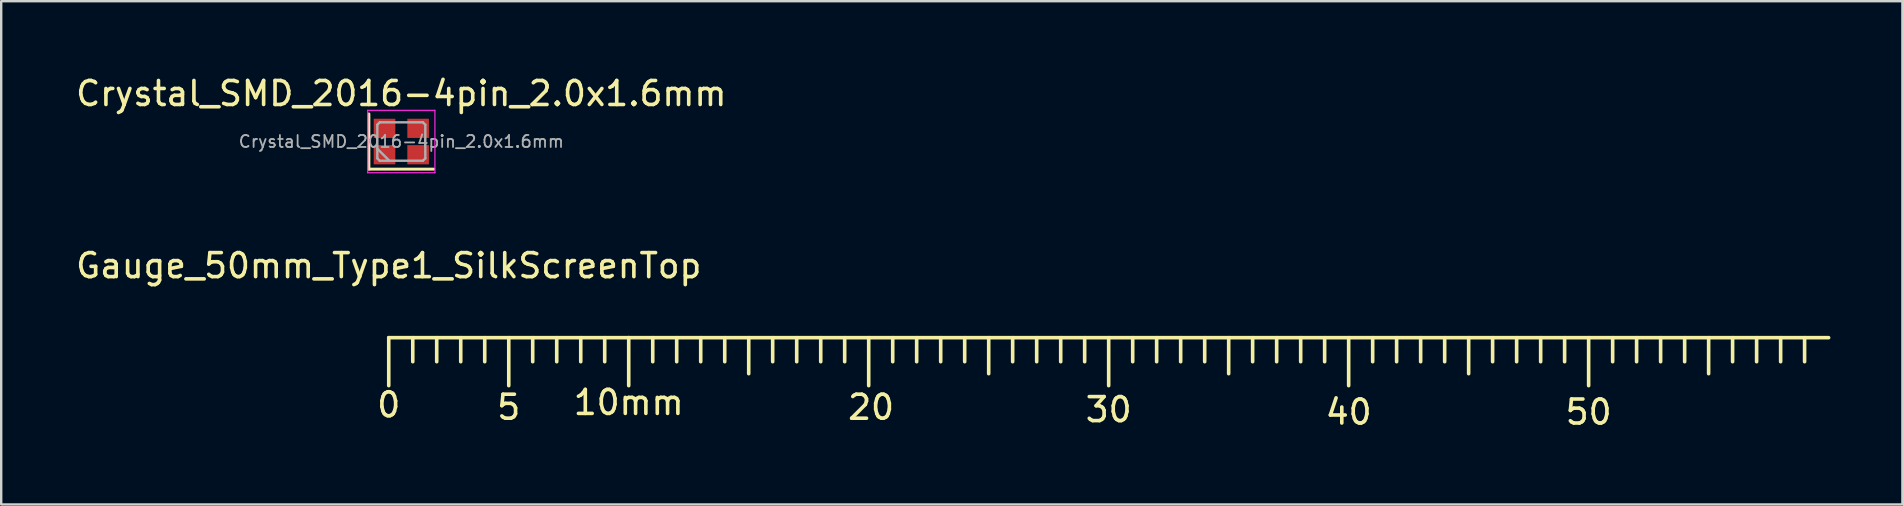
<source format=kicad_pcb>
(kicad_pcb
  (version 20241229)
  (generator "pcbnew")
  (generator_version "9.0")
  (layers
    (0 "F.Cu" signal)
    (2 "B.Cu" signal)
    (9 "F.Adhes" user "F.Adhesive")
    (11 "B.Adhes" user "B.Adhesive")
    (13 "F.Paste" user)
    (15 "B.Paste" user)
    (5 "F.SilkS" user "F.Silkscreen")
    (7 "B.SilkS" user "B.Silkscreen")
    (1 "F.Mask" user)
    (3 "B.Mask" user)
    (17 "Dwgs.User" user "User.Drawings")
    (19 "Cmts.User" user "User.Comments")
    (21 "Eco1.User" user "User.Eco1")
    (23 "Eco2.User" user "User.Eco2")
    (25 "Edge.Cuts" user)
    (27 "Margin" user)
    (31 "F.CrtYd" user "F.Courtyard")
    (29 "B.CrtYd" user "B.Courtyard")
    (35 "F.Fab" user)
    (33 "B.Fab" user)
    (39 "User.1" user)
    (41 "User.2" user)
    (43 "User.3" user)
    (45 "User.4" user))
  (footprint "Gauge_50mm_Type1_SilkScreenTop"
    (layer "F.Cu")
    (at 13.149 11.021)
    (property "Reference" "Gauge_50mm_Type1_SilkScreenTop" (at 0 -3 0) (layer "F.SilkS") (effects (font (size 1 1) (thickness 0.15))))
    (attr through_hole)
    (fp_line (start 0 0) (end 0 1.999) (stroke (width 0.15) (type solid)) (layer "F.SilkS"))
    (fp_line (start 0 0) (end 10 0) (stroke (width 0.15) (type solid)) (layer "F.SilkS"))
    (fp_line (start 1.001 0) (end 1.001 1.001) (stroke (width 0.15) (type solid)) (layer "F.SilkS"))
    (fp_line (start 1.999 0) (end 1.999 1.001) (stroke (width 0.15) (type solid)) (layer "F.SilkS"))
    (fp_line (start 3 0) (end 3 1.001) (stroke (width 0.15) (type solid)) (layer "F.SilkS"))
    (fp_line (start 4 0) (end 4 1.001) (stroke (width 0.15) (type solid)) (layer "F.SilkS"))
    (fp_line (start 5.001 0) (end 5.001 1.999) (stroke (width 0.15) (type solid)) (layer "F.SilkS"))
    (fp_line (start 5.999 0) (end 5.999 1.001) (stroke (width 0.15) (type solid)) (layer "F.SilkS"))
    (fp_line (start 7 0) (end 7 1.001) (stroke (width 0.15) (type solid)) (layer "F.SilkS"))
    (fp_line (start 8.001 0) (end 8.001 1.001) (stroke (width 0.15) (type solid)) (layer "F.SilkS"))
    (fp_line (start 8.999 0) (end 8.999 1.001) (stroke (width 0.15) (type solid)) (layer "F.SilkS"))
    (fp_line (start 10 0) (end 10 1.999) (stroke (width 0.15) (type solid)) (layer "F.SilkS"))
    (fp_line (start 10 0) (end 60 0) (stroke (width 0.15) (type solid)) (layer "F.SilkS"))
    (fp_line (start 11.001 0) (end 11.001 1.001) (stroke (width 0.15) (type solid)) (layer "F.SilkS"))
    (fp_line (start 11.999 0) (end 11.999 1.001) (stroke (width 0.15) (type solid)) (layer "F.SilkS"))
    (fp_line (start 13 0) (end 13 1.001) (stroke (width 0.15) (type solid)) (layer "F.SilkS"))
    (fp_line (start 14.001 0) (end 14.001 1.001) (stroke (width 0.15) (type solid)) (layer "F.SilkS"))
    (fp_line (start 15.001 0) (end 15 1.5) (stroke (width 0.15) (type solid)) (layer "F.SilkS"))
    (fp_line (start 15.999 0) (end 15.999 1.001) (stroke (width 0.15) (type solid)) (layer "F.SilkS"))
    (fp_line (start 17 0) (end 17 1.001) (stroke (width 0.15) (type solid)) (layer "F.SilkS"))
    (fp_line (start 18.001 0) (end 18.001 1.001) (stroke (width 0.15) (type solid)) (layer "F.SilkS"))
    (fp_line (start 18.999 0) (end 18.999 1.001) (stroke (width 0.15) (type solid)) (layer "F.SilkS"))
    (fp_line (start 20 0) (end 20 1.999) (stroke (width 0.15) (type solid)) (layer "F.SilkS"))
    (fp_line (start 21.001 0) (end 21.001 1.001) (stroke (width 0.15) (type solid)) (layer "F.SilkS"))
    (fp_line (start 21.999 0) (end 21.999 1.001) (stroke (width 0.15) (type solid)) (layer "F.SilkS"))
    (fp_line (start 23 0) (end 23 1.001) (stroke (width 0.15) (type solid)) (layer "F.SilkS"))
    (fp_line (start 24 0) (end 24 1.001) (stroke (width 0.15) (type solid)) (layer "F.SilkS"))
    (fp_line (start 25.001 0) (end 25 1.5) (stroke (width 0.15) (type solid)) (layer "F.SilkS"))
    (fp_line (start 25.999 0) (end 25.999 1.001) (stroke (width 0.15) (type solid)) (layer "F.SilkS"))
    (fp_line (start 27 0) (end 27 1.001) (stroke (width 0.15) (type solid)) (layer "F.SilkS"))
    (fp_line (start 28.001 0) (end 28.001 1.001) (stroke (width 0.15) (type solid)) (layer "F.SilkS"))
    (fp_line (start 28.999 0) (end 28.999 1.001) (stroke (width 0.15) (type solid)) (layer "F.SilkS"))
    (fp_line (start 30 0) (end 30 1.999) (stroke (width 0.15) (type solid)) (layer "F.SilkS"))
    (fp_line (start 31.001 0) (end 31.001 1.001) (stroke (width 0.15) (type solid)) (layer "F.SilkS"))
    (fp_line (start 31.999 0) (end 31.999 1.001) (stroke (width 0.15) (type solid)) (layer "F.SilkS"))
    (fp_line (start 33 0) (end 33 1.001) (stroke (width 0.15) (type solid)) (layer "F.SilkS"))
    (fp_line (start 34.001 0) (end 34.001 1.001) (stroke (width 0.15) (type solid)) (layer "F.SilkS"))
    (fp_line (start 35.001 0) (end 35 1.5) (stroke (width 0.15) (type solid)) (layer "F.SilkS"))
    (fp_line (start 35.999 0) (end 35.999 1.001) (stroke (width 0.15) (type solid)) (layer "F.SilkS"))
    (fp_line (start 37 0) (end 37 1.001) (stroke (width 0.15) (type solid)) (layer "F.SilkS"))
    (fp_line (start 38.001 0) (end 38.001 1.001) (stroke (width 0.15) (type solid)) (layer "F.SilkS"))
    (fp_line (start 38.999 0) (end 38.999 1.001) (stroke (width 0.15) (type solid)) (layer "F.SilkS"))
    (fp_line (start 40 0) (end 40 1.999) (stroke (width 0.15) (type solid)) (layer "F.SilkS"))
    (fp_line (start 41.001 0) (end 41.001 1.001) (stroke (width 0.15) (type solid)) (layer "F.SilkS"))
    (fp_line (start 41.999 0) (end 41.999 1.001) (stroke (width 0.15) (type solid)) (layer "F.SilkS"))
    (fp_line (start 43 0) (end 43 1.001) (stroke (width 0.15) (type solid)) (layer "F.SilkS"))
    (fp_line (start 44.001 0) (end 44.001 1.001) (stroke (width 0.15) (type solid)) (layer "F.SilkS"))
    (fp_line (start 45.001 0) (end 45 1.5) (stroke (width 0.15) (type solid)) (layer "F.SilkS"))
    (fp_line (start 45.999 0) (end 45.999 1.001) (stroke (width 0.15) (type solid)) (layer "F.SilkS"))
    (fp_line (start 47 0) (end 47 1.001) (stroke (width 0.15) (type solid)) (layer "F.SilkS"))
    (fp_line (start 48.001 0) (end 48.001 1.001) (stroke (width 0.15) (type solid)) (layer "F.SilkS"))
    (fp_line (start 48.999 0) (end 48.999 1.001) (stroke (width 0.15) (type solid)) (layer "F.SilkS"))
    (fp_line (start 50 0) (end 50 1.999) (stroke (width 0.15) (type solid)) (layer "F.SilkS"))
    (fp_line (start 51.001 0) (end 51.001 1.001) (stroke (width 0.15) (type solid)) (layer "F.SilkS"))
    (fp_line (start 51.999 0) (end 51.999 1.001) (stroke (width 0.15) (type solid)) (layer "F.SilkS"))
    (fp_line (start 53 0) (end 53 1.001) (stroke (width 0.15) (type solid)) (layer "F.SilkS"))
    (fp_line (start 54.001 0) (end 54.001 1.001) (stroke (width 0.15) (type solid)) (layer "F.SilkS"))
    (fp_line (start 55.001 0) (end 55 1.5) (stroke (width 0.15) (type solid)) (layer "F.SilkS"))
    (fp_line (start 55.999 0) (end 55.999 1.001) (stroke (width 0.15) (type solid)) (layer "F.SilkS"))
    (fp_line (start 57 0) (end 57 1.001) (stroke (width 0.15) (type solid)) (layer "F.SilkS"))
    (fp_line (start 58.001 0) (end 58.001 1.001) (stroke (width 0.15) (type solid)) (layer "F.SilkS"))
    (fp_line (start 58.999 0) (end 58.999 1.001) (stroke (width 0.15) (type solid)) (layer "F.SilkS"))
    (fp_text user "40" (at 40 3.101 0) (layer "F.SilkS") (effects (font (size 1 1) (thickness 0.15))))
    (fp_text user "30" (at 30 3 0) (layer "F.SilkS") (effects (font (size 1 1) (thickness 0.15))))
    (fp_text user "5" (at 4.999 2.901 0) (layer "F.SilkS") (effects (font (size 1 1) (thickness 0.15))))
    (fp_text user "10mm" (at 10 2.7 0) (layer "F.SilkS") (effects (font (size 1 1) (thickness 0.15))))
    (fp_text user "50" (at 50 3.101 0) (layer "F.SilkS") (effects (font (size 1 1) (thickness 0.15))))
    (fp_text user "0" (at 0 2.799 0) (layer "F.SilkS") (effects (font (size 1 1) (thickness 0.15))))
    (fp_text user "20" (at 20.099 2.901 0) (layer "F.SilkS") (effects (font (size 1 1) (thickness 0.15)))))
  (footprint "Crystal_SMD_2016-4pin_2.0x1.6mm"
    (layer "F.Cu")
    (at 13.673 2.848)
    (property "Reference" "Crystal_SMD_2016-4pin_2.0x1.6mm" (at 0 -2 0) (layer "F.SilkS") (effects (font (size 1 1) (thickness 0.15))))
    (attr smd)
    (fp_line (start -1.35 -1.15) (end -1.35 1.15) (stroke (width 0.12) (type solid)) (layer "F.SilkS"))
    (fp_line (start -1.35 1.15) (end 1.35 1.15) (stroke (width 0.12) (type solid)) (layer "F.SilkS"))
    (fp_line (start -1.4 -1.3) (end -1.4 1.3) (stroke (width 0.05) (type solid)) (layer "F.CrtYd"))
    (fp_line (start -1.4 1.3) (end 1.4 1.3) (stroke (width 0.05) (type solid)) (layer "F.CrtYd"))
    (fp_line (start 1.4 -1.3) (end -1.4 -1.3) (stroke (width 0.05) (type solid)) (layer "F.CrtYd"))
    (fp_line (start 1.4 1.3) (end 1.4 -1.3) (stroke (width 0.05) (type solid)) (layer "F.CrtYd"))
    (fp_line (start -1 -0.7) (end -0.9 -0.8) (stroke (width 0.1) (type solid)) (layer "F.Fab"))
    (fp_line (start -1 0.3) (end -0.5 0.8) (stroke (width 0.1) (type solid)) (layer "F.Fab"))
    (fp_line (start -1 0.7) (end -1 -0.7) (stroke (width 0.1) (type solid)) (layer "F.Fab"))
    (fp_line (start -0.9 -0.8) (end 0.9 -0.8) (stroke (width 0.1) (type solid)) (layer "F.Fab"))
    (fp_line (start -0.9 0.8) (end -1 0.7) (stroke (width 0.1) (type solid)) (layer "F.Fab"))
    (fp_line (start 0.9 -0.8) (end 1 -0.7) (stroke (width 0.1) (type solid)) (layer "F.Fab"))
    (fp_line (start 0.9 0.8) (end -0.9 0.8) (stroke (width 0.1) (type solid)) (layer "F.Fab"))
    (fp_line (start 1 -0.7) (end 1 0.7) (stroke (width 0.1) (type solid)) (layer "F.Fab"))
    (fp_line (start 1 0.7) (end 0.9 0.8) (stroke (width 0.1) (type solid)) (layer "F.Fab"))
    (fp_text user "${REFERENCE}" (at 0 0 0) (layer "F.Fab") (effects (font (size 0.5 0.5) (thickness 0.075))))
    (pad "1" smd rect (at -0.7 0.55) (size 0.9 0.8) (layers "F.Cu" "F.Mask" "F.Paste"))
    (pad "2" smd rect (at 0.7 0.55) (size 0.9 0.8) (layers "F.Cu" "F.Mask" "F.Paste"))
    (pad "3" smd rect (at 0.7 -0.55) (size 0.9 0.8) (layers "F.Cu" "F.Mask" "F.Paste"))
    (pad "4" smd rect (at -0.7 -0.55) (size 0.9 0.8) (layers "F.Cu" "F.Mask" "F.Paste")))
  (gr_rect
    (start -3 -3)
    (end 76.224 17.971)
    (stroke (width 0.1) (type default))
    (fill no)
    (layer "Edge.Cuts")))
</source>
